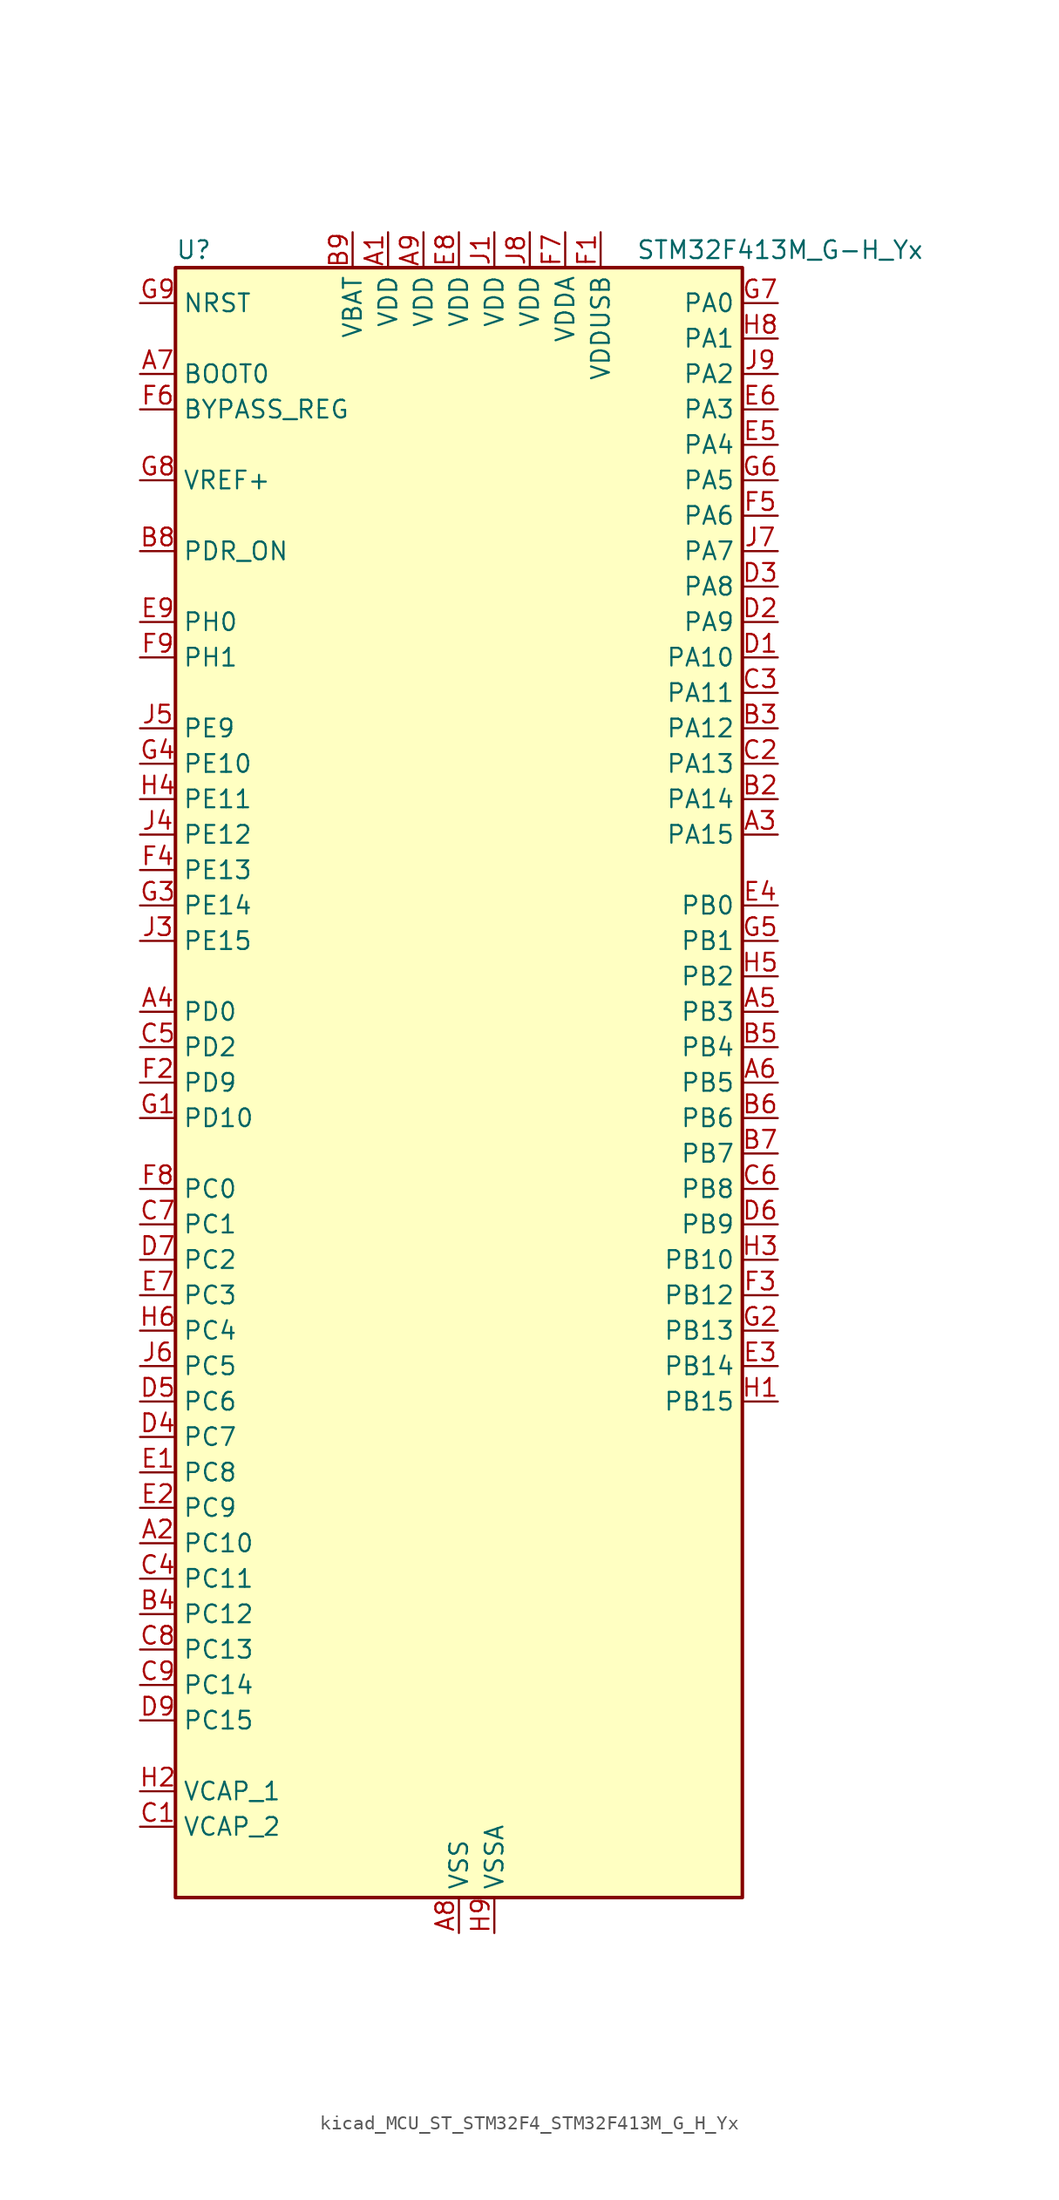
<source format=kicad_sym>
(kicad_symbol_lib
  (version 20220914)
  (generator kicad_symbol_editor)
  (symbol "kicad_MCU_ST_STM32F4_STM32F413M_G_H_Yx"
    (property "Reference" "U"
      (at -20.32 59.69 0)
      (effects (font (size 1.27 1.27)) (justify left)))
    (property "Value" "STM32F413M_G-H_Yx"
      (at 12.7 59.69 0)
      (effects (font (size 1.27 1.27)) (justify left)))
    (property "ki_locked" ""
      (at 0 0 0)
      (effects (font (size 1.27 1.27))))
    (symbol "kicad_MCU_ST_STM32F4_STM32F413M_G_H_Yx_0_1"
      (rectangle (start -20.32 -58.42) (end 20.32 58.42) (stroke (width 0.254) (type default)) (fill (type background))))
    (symbol "kicad_MCU_ST_STM32F4_STM32F413M_G_H_Yx_1_1"
      (pin power_in line (at -5.08 60.96 270) (length 2.54) (name "VDD" (effects (font (size 1.27 1.27)))) (number "A1" (effects (font (size 1.27 1.27)))))
      (pin bidirectional line (at -22.86 -33.02 0) (length 2.54) (name "PC10" (effects (font (size 1.27 1.27)))) (number "A2" (effects (font (size 1.27 1.27)))) (alternate "DFSDM2_CKIN5" bidirectional line) (alternate "I2S3_CK" bidirectional line) (alternate "QUADSPI_BK1_IO1" bidirectional line) (alternate "SDIO_D2" bidirectional line) (alternate "SPI3_SCK" bidirectional line) (alternate "USART3_TX" bidirectional line))
      (pin bidirectional line (at 22.86 17.78 180) (length 2.54) (name "PA15" (effects (font (size 1.27 1.27)))) (number "A3" (effects (font (size 1.27 1.27)))) (alternate "ADC1_EXTI15" bidirectional line) (alternate "CAN3_TX" bidirectional line) (alternate "I2S1_WS" bidirectional line) (alternate "I2S3_WS" bidirectional line) (alternate "SAI1_MCLK_A" bidirectional line) (alternate "SPI1_NSS" bidirectional line) (alternate "SPI3_NSS" bidirectional line) (alternate "SYS_JTDI" bidirectional line) (alternate "TIM2_CH1" bidirectional line) (alternate "TIM2_ETR" bidirectional line) (alternate "UART7_TX" bidirectional line) (alternate "USART1_TX" bidirectional line))
      (pin bidirectional line (at -22.86 5.08 0) (length 2.54) (name "PD0" (effects (font (size 1.27 1.27)))) (number "A4" (effects (font (size 1.27 1.27)))) (alternate "CAN1_RX" bidirectional line) (alternate "DFSDM2_CKIN6" bidirectional line) (alternate "FSMC_D2" bidirectional line) (alternate "FSMC_DA2" bidirectional line) (alternate "UART4_RX" bidirectional line))
      (pin bidirectional line (at 22.86 5.08 180) (length 2.54) (name "PB3" (effects (font (size 1.27 1.27)))) (number "A5" (effects (font (size 1.27 1.27)))) (alternate "CAN3_RX" bidirectional line) (alternate "FMPI2C1_SDA" bidirectional line) (alternate "I2C2_SDA" bidirectional line) (alternate "I2S1_CK" bidirectional line) (alternate "I2S3_CK" bidirectional line) (alternate "SAI1_SD_A" bidirectional line) (alternate "SPI1_SCK" bidirectional line) (alternate "SPI3_SCK" bidirectional line) (alternate "SYS_JTDO-SWO" bidirectional line) (alternate "TIM2_CH2" bidirectional line) (alternate "UART7_RX" bidirectional line) (alternate "USART1_RX" bidirectional line))
      (pin bidirectional line (at 22.86 0 180) (length 2.54) (name "PB5" (effects (font (size 1.27 1.27)))) (number "A6" (effects (font (size 1.27 1.27)))) (alternate "CAN2_RX" bidirectional line) (alternate "I2C1_SMBA" bidirectional line) (alternate "I2S1_SD" bidirectional line) (alternate "I2S3_SD" bidirectional line) (alternate "LPTIM1_IN1" bidirectional line) (alternate "SAI1_FS_A" bidirectional line) (alternate "SDIO_D3" bidirectional line) (alternate "SPI1_MOSI" bidirectional line) (alternate "SPI3_MOSI" bidirectional line) (alternate "TIM3_CH2" bidirectional line) (alternate "UART5_RX" bidirectional line))
      (pin input line (at -22.86 50.8 0) (length 2.54) (name "BOOT0" (effects (font (size 1.27 1.27)))) (number "A7" (effects (font (size 1.27 1.27)))))
      (pin power_in line (at 0 -60.96 90) (length 2.54) (name "VSS" (effects (font (size 1.27 1.27)))) (number "A8" (effects (font (size 1.27 1.27)))))
      (pin power_in line (at -2.54 60.96 270) (length 2.54) (name "VDD" (effects (font (size 1.27 1.27)))) (number "A9" (effects (font (size 1.27 1.27)))))
      (pin passive line (at 0 -60.96 90) (length 2.54) hide (name "VSS" (effects (font (size 1.27 1.27)))) (number "B1" (effects (font (size 1.27 1.27)))))
      (pin bidirectional line (at 22.86 20.32 180) (length 2.54) (name "PA14" (effects (font (size 1.27 1.27)))) (number "B2" (effects (font (size 1.27 1.27)))) (alternate "SYS_JTCK-SWCLK" bidirectional line))
      (pin bidirectional line (at 22.86 25.4 180) (length 2.54) (name "PA12" (effects (font (size 1.27 1.27)))) (number "B3" (effects (font (size 1.27 1.27)))) (alternate "CAN1_TX" bidirectional line) (alternate "DFSDM2_DATIN5" bidirectional line) (alternate "SPI2_MISO" bidirectional line) (alternate "SPI5_MISO" bidirectional line) (alternate "TIM1_ETR" bidirectional line) (alternate "UART4_TX" bidirectional line) (alternate "USART1_RTS" bidirectional line) (alternate "USART6_RX" bidirectional line) (alternate "USB_OTG_FS_DP" bidirectional line))
      (pin bidirectional line (at -22.86 -38.1 0) (length 2.54) (name "PC12" (effects (font (size 1.27 1.27)))) (number "B4" (effects (font (size 1.27 1.27)))) (alternate "FSMC_D3" bidirectional line) (alternate "FSMC_DA3" bidirectional line) (alternate "I2S3_SD" bidirectional line) (alternate "SDIO_CK" bidirectional line) (alternate "SPI3_MOSI" bidirectional line) (alternate "UART5_TX" bidirectional line) (alternate "USART3_CK" bidirectional line))
      (pin bidirectional line (at 22.86 2.54 180) (length 2.54) (name "PB4" (effects (font (size 1.27 1.27)))) (number "B5" (effects (font (size 1.27 1.27)))) (alternate "CAN3_TX" bidirectional line) (alternate "I2C3_SDA" bidirectional line) (alternate "I2S3_ext_SD" bidirectional line) (alternate "SAI1_SCK_A" bidirectional line) (alternate "SDIO_D0" bidirectional line) (alternate "SPI1_MISO" bidirectional line) (alternate "SPI3_MISO" bidirectional line) (alternate "SYS_JTRST" bidirectional line) (alternate "TIM3_CH1" bidirectional line) (alternate "UART7_TX" bidirectional line))
      (pin bidirectional line (at 22.86 -2.54 180) (length 2.54) (name "PB6" (effects (font (size 1.27 1.27)))) (number "B6" (effects (font (size 1.27 1.27)))) (alternate "CAN2_TX" bidirectional line) (alternate "DFSDM2_CKIN7" bidirectional line) (alternate "I2C1_SCL" bidirectional line) (alternate "LPTIM1_ETR" bidirectional line) (alternate "QUADSPI_BK1_NCS" bidirectional line) (alternate "SDIO_D0" bidirectional line) (alternate "TIM4_CH1" bidirectional line) (alternate "UART5_TX" bidirectional line) (alternate "USART1_TX" bidirectional line))
      (pin bidirectional line (at 22.86 -5.08 180) (length 2.54) (name "PB7" (effects (font (size 1.27 1.27)))) (number "B7" (effects (font (size 1.27 1.27)))) (alternate "DFSDM2_DATIN7" bidirectional line) (alternate "FSMC_NL" bidirectional line) (alternate "I2C1_SDA" bidirectional line) (alternate "LPTIM1_IN2" bidirectional line) (alternate "TIM4_CH2" bidirectional line) (alternate "USART1_RX" bidirectional line))
      (pin input line (at -22.86 38.1 0) (length 2.54) (name "PDR_ON" (effects (font (size 1.27 1.27)))) (number "B8" (effects (font (size 1.27 1.27)))))
      (pin power_in line (at -7.62 60.96 270) (length 2.54) (name "VBAT" (effects (font (size 1.27 1.27)))) (number "B9" (effects (font (size 1.27 1.27)))))
      (pin power_out line (at -22.86 -53.34 0) (length 2.54) (name "VCAP_2" (effects (font (size 1.27 1.27)))) (number "C1" (effects (font (size 1.27 1.27)))))
      (pin bidirectional line (at 22.86 22.86 180) (length 2.54) (name "PA13" (effects (font (size 1.27 1.27)))) (number "C2" (effects (font (size 1.27 1.27)))) (alternate "SYS_JTMS-SWDIO" bidirectional line))
      (pin bidirectional line (at 22.86 27.94 180) (length 2.54) (name "PA11" (effects (font (size 1.27 1.27)))) (number "C3" (effects (font (size 1.27 1.27)))) (alternate "ADC1_EXTI11" bidirectional line) (alternate "CAN1_RX" bidirectional line) (alternate "DFSDM2_CKIN5" bidirectional line) (alternate "I2S2_WS" bidirectional line) (alternate "SPI2_NSS" bidirectional line) (alternate "SPI4_MISO" bidirectional line) (alternate "TIM1_CH4" bidirectional line) (alternate "UART4_RX" bidirectional line) (alternate "USART1_CTS" bidirectional line) (alternate "USART6_TX" bidirectional line) (alternate "USB_OTG_FS_DM" bidirectional line))
      (pin bidirectional line (at -22.86 -35.56 0) (length 2.54) (name "PC11" (effects (font (size 1.27 1.27)))) (number "C4" (effects (font (size 1.27 1.27)))) (alternate "ADC1_EXTI11" bidirectional line) (alternate "DFSDM2_DATIN5" bidirectional line) (alternate "FSMC_D2" bidirectional line) (alternate "FSMC_DA2" bidirectional line) (alternate "I2S3_ext_SD" bidirectional line) (alternate "QUADSPI_BK2_NCS" bidirectional line) (alternate "SDIO_D3" bidirectional line) (alternate "SPI3_MISO" bidirectional line) (alternate "UART4_RX" bidirectional line) (alternate "USART3_RX" bidirectional line))
      (pin bidirectional line (at -22.86 2.54 0) (length 2.54) (name "PD2" (effects (font (size 1.27 1.27)))) (number "C5" (effects (font (size 1.27 1.27)))) (alternate "DFSDM2_CKOUT" bidirectional line) (alternate "FSMC_NWE" bidirectional line) (alternate "SDIO_CMD" bidirectional line) (alternate "TIM3_ETR" bidirectional line) (alternate "UART5_RX" bidirectional line))
      (pin bidirectional line (at 22.86 -7.62 180) (length 2.54) (name "PB8" (effects (font (size 1.27 1.27)))) (number "C6" (effects (font (size 1.27 1.27)))) (alternate "CAN1_RX" bidirectional line) (alternate "DFSDM2_CKIN1" bidirectional line) (alternate "I2C1_SCL" bidirectional line) (alternate "I2C3_SDA" bidirectional line) (alternate "I2S5_SD" bidirectional line) (alternate "LPTIM1_OUT" bidirectional line) (alternate "SDIO_D4" bidirectional line) (alternate "SPI5_MOSI" bidirectional line) (alternate "TIM10_CH1" bidirectional line) (alternate "TIM4_CH3" bidirectional line) (alternate "UART5_RX" bidirectional line))
      (pin bidirectional line (at -22.86 -10.16 0) (length 2.54) (name "PC1" (effects (font (size 1.27 1.27)))) (number "C7" (effects (font (size 1.27 1.27)))) (alternate "ADC1_IN11" bidirectional line) (alternate "DFSDM2_DATIN4" bidirectional line) (alternate "LPTIM1_OUT" bidirectional line) (alternate "SAI1_SD_B" bidirectional line) (alternate "SYS_WKUP3" bidirectional line))
      (pin bidirectional line (at -22.86 -40.64 0) (length 2.54) (name "PC13" (effects (font (size 1.27 1.27)))) (number "C8" (effects (font (size 1.27 1.27)))) (alternate "RTC_AF1" bidirectional line))
      (pin bidirectional line (at -22.86 -43.18 0) (length 2.54) (name "PC14" (effects (font (size 1.27 1.27)))) (number "C9" (effects (font (size 1.27 1.27)))) (alternate "RCC_OSC32_IN" bidirectional line))
      (pin bidirectional line (at 22.86 30.48 180) (length 2.54) (name "PA10" (effects (font (size 1.27 1.27)))) (number "D1" (effects (font (size 1.27 1.27)))) (alternate "DFSDM2_DATIN3" bidirectional line) (alternate "I2S2_SD" bidirectional line) (alternate "I2S5_SD" bidirectional line) (alternate "SPI2_MOSI" bidirectional line) (alternate "SPI5_MOSI" bidirectional line) (alternate "TIM1_CH3" bidirectional line) (alternate "USART1_RX" bidirectional line) (alternate "USB_OTG_FS_ID" bidirectional line))
      (pin bidirectional line (at 22.86 33.02 180) (length 2.54) (name "PA9" (effects (font (size 1.27 1.27)))) (number "D2" (effects (font (size 1.27 1.27)))) (alternate "DAC_EXTI9" bidirectional line) (alternate "DFSDM2_CKIN3" bidirectional line) (alternate "I2C3_SMBA" bidirectional line) (alternate "I2S2_CK" bidirectional line) (alternate "SDIO_D2" bidirectional line) (alternate "SPI2_SCK" bidirectional line) (alternate "TIM1_CH2" bidirectional line) (alternate "USART1_TX" bidirectional line) (alternate "USB_OTG_FS_VBUS" bidirectional line))
      (pin bidirectional line (at 22.86 35.56 180) (length 2.54) (name "PA8" (effects (font (size 1.27 1.27)))) (number "D3" (effects (font (size 1.27 1.27)))) (alternate "CAN3_RX" bidirectional line) (alternate "DFSDM1_CKOUT" bidirectional line) (alternate "I2C3_SCL" bidirectional line) (alternate "RCC_MCO_1" bidirectional line) (alternate "SDIO_D1" bidirectional line) (alternate "TIM1_CH1" bidirectional line) (alternate "UART7_RX" bidirectional line) (alternate "USART1_CK" bidirectional line) (alternate "USB_OTG_FS_SOF" bidirectional line))
      (pin bidirectional line (at -22.86 -25.4 0) (length 2.54) (name "PC7" (effects (font (size 1.27 1.27)))) (number "D4" (effects (font (size 1.27 1.27)))) (alternate "DFSDM1_DATIN3" bidirectional line) (alternate "DFSDM2_CKIN6" bidirectional line) (alternate "FMPI2C1_SDA" bidirectional line) (alternate "I2S2_CK" bidirectional line) (alternate "I2S3_MCK" bidirectional line) (alternate "SDIO_D7" bidirectional line) (alternate "SPI2_SCK" bidirectional line) (alternate "TIM3_CH2" bidirectional line) (alternate "TIM8_CH2" bidirectional line) (alternate "USART6_RX" bidirectional line))
      (pin bidirectional line (at -22.86 -22.86 0) (length 2.54) (name "PC6" (effects (font (size 1.27 1.27)))) (number "D5" (effects (font (size 1.27 1.27)))) (alternate "DFSDM1_CKIN3" bidirectional line) (alternate "DFSDM2_DATIN6" bidirectional line) (alternate "FMPI2C1_SCL" bidirectional line) (alternate "FSMC_D1" bidirectional line) (alternate "FSMC_DA1" bidirectional line) (alternate "I2S2_MCK" bidirectional line) (alternate "SDIO_D6" bidirectional line) (alternate "TIM3_CH1" bidirectional line) (alternate "TIM8_CH1" bidirectional line) (alternate "USART6_TX" bidirectional line))
      (pin bidirectional line (at 22.86 -10.16 180) (length 2.54) (name "PB9" (effects (font (size 1.27 1.27)))) (number "D6" (effects (font (size 1.27 1.27)))) (alternate "CAN1_TX" bidirectional line) (alternate "DAC_EXTI9" bidirectional line) (alternate "DFSDM2_DATIN1" bidirectional line) (alternate "I2C1_SDA" bidirectional line) (alternate "I2C2_SDA" bidirectional line) (alternate "I2S2_WS" bidirectional line) (alternate "SDIO_D5" bidirectional line) (alternate "SPI2_NSS" bidirectional line) (alternate "TIM11_CH1" bidirectional line) (alternate "TIM4_CH4" bidirectional line) (alternate "UART5_TX" bidirectional line))
      (pin bidirectional line (at -22.86 -12.7 0) (length 2.54) (name "PC2" (effects (font (size 1.27 1.27)))) (number "D7" (effects (font (size 1.27 1.27)))) (alternate "ADC1_IN12" bidirectional line) (alternate "DFSDM1_CKOUT" bidirectional line) (alternate "DFSDM2_DATIN7" bidirectional line) (alternate "FSMC_NWE" bidirectional line) (alternate "I2S2_ext_SD" bidirectional line) (alternate "LPTIM1_IN2" bidirectional line) (alternate "SAI1_SCK_B" bidirectional line) (alternate "SPI2_MISO" bidirectional line))
      (pin passive line (at 0 -60.96 90) (length 2.54) hide (name "VSS" (effects (font (size 1.27 1.27)))) (number "D8" (effects (font (size 1.27 1.27)))))
      (pin bidirectional line (at -22.86 -45.72 0) (length 2.54) (name "PC15" (effects (font (size 1.27 1.27)))) (number "D9" (effects (font (size 1.27 1.27)))) (alternate "ADC1_EXTI15" bidirectional line) (alternate "RCC_OSC32_OUT" bidirectional line))
      (pin bidirectional line (at -22.86 -27.94 0) (length 2.54) (name "PC8" (effects (font (size 1.27 1.27)))) (number "E1" (effects (font (size 1.27 1.27)))) (alternate "DFSDM2_CKIN3" bidirectional line) (alternate "QUADSPI_BK1_IO2" bidirectional line) (alternate "SDIO_D0" bidirectional line) (alternate "TIM3_CH3" bidirectional line) (alternate "TIM8_CH3" bidirectional line) (alternate "USART6_CK" bidirectional line))
      (pin bidirectional line (at -22.86 -30.48 0) (length 2.54) (name "PC9" (effects (font (size 1.27 1.27)))) (number "E2" (effects (font (size 1.27 1.27)))) (alternate "DAC_EXTI9" bidirectional line) (alternate "DFSDM2_DATIN3" bidirectional line) (alternate "I2C3_SDA" bidirectional line) (alternate "I2S_CKIN" bidirectional line) (alternate "QUADSPI_BK1_IO0" bidirectional line) (alternate "RCC_MCO_2" bidirectional line) (alternate "SDIO_D1" bidirectional line) (alternate "TIM3_CH4" bidirectional line) (alternate "TIM8_CH4" bidirectional line))
      (pin bidirectional line (at 22.86 -20.32 180) (length 2.54) (name "PB14" (effects (font (size 1.27 1.27)))) (number "E3" (effects (font (size 1.27 1.27)))) (alternate "DFSDM1_DATIN2" bidirectional line) (alternate "FMPI2C1_SDA" bidirectional line) (alternate "FSMC_D0" bidirectional line) (alternate "FSMC_DA0" bidirectional line) (alternate "I2S2_ext_SD" bidirectional line) (alternate "SDIO_D6" bidirectional line) (alternate "SPI2_MISO" bidirectional line) (alternate "TIM12_CH1" bidirectional line) (alternate "TIM1_CH2N" bidirectional line) (alternate "TIM8_CH2N" bidirectional line) (alternate "USART3_RTS" bidirectional line))
      (pin bidirectional line (at 22.86 12.7 180) (length 2.54) (name "PB0" (effects (font (size 1.27 1.27)))) (number "E4" (effects (font (size 1.27 1.27)))) (alternate "ADC1_IN8" bidirectional line) (alternate "I2S5_CK" bidirectional line) (alternate "SPI5_SCK" bidirectional line) (alternate "TIM1_CH2N" bidirectional line) (alternate "TIM3_CH3" bidirectional line) (alternate "TIM8_CH2N" bidirectional line))
      (pin bidirectional line (at 22.86 45.72 180) (length 2.54) (name "PA4" (effects (font (size 1.27 1.27)))) (number "E5" (effects (font (size 1.27 1.27)))) (alternate "ADC1_IN4" bidirectional line) (alternate "DAC_OUT1" bidirectional line) (alternate "DFSDM1_DATIN1" bidirectional line) (alternate "FSMC_D6" bidirectional line) (alternate "FSMC_DA6" bidirectional line) (alternate "I2S1_WS" bidirectional line) (alternate "I2S3_WS" bidirectional line) (alternate "SPI1_NSS" bidirectional line) (alternate "SPI3_NSS" bidirectional line) (alternate "USART2_CK" bidirectional line))
      (pin bidirectional line (at 22.86 48.26 180) (length 2.54) (name "PA3" (effects (font (size 1.27 1.27)))) (number "E6" (effects (font (size 1.27 1.27)))) (alternate "ADC1_IN3" bidirectional line) (alternate "FSMC_D5" bidirectional line) (alternate "FSMC_DA5" bidirectional line) (alternate "I2S2_MCK" bidirectional line) (alternate "SAI1_SD_B" bidirectional line) (alternate "TIM2_CH4" bidirectional line) (alternate "TIM5_CH4" bidirectional line) (alternate "TIM9_CH2" bidirectional line) (alternate "USART2_RX" bidirectional line))
      (pin bidirectional line (at -22.86 -15.24 0) (length 2.54) (name "PC3" (effects (font (size 1.27 1.27)))) (number "E7" (effects (font (size 1.27 1.27)))) (alternate "ADC1_IN13" bidirectional line) (alternate "DFSDM2_CKIN7" bidirectional line) (alternate "FSMC_A0" bidirectional line) (alternate "I2S2_SD" bidirectional line) (alternate "LPTIM1_ETR" bidirectional line) (alternate "SAI1_FS_B" bidirectional line) (alternate "SPI2_MOSI" bidirectional line))
      (pin power_in line (at 0 60.96 270) (length 2.54) (name "VDD" (effects (font (size 1.27 1.27)))) (number "E8" (effects (font (size 1.27 1.27)))))
      (pin bidirectional line (at -22.86 33.02 0) (length 2.54) (name "PH0" (effects (font (size 1.27 1.27)))) (number "E9" (effects (font (size 1.27 1.27)))) (alternate "RCC_OSC_IN" bidirectional line))
      (pin power_in line (at 10.16 60.96 270) (length 2.54) (name "VDDUSB" (effects (font (size 1.27 1.27)))) (number "F1" (effects (font (size 1.27 1.27)))))
      (pin bidirectional line (at -22.86 0 0) (length 2.54) (name "PD9" (effects (font (size 1.27 1.27)))) (number "F2" (effects (font (size 1.27 1.27)))) (alternate "DAC_EXTI9" bidirectional line) (alternate "FSMC_D14" bidirectional line) (alternate "FSMC_DA14" bidirectional line) (alternate "USART3_RX" bidirectional line))
      (pin bidirectional line (at 22.86 -15.24 180) (length 2.54) (name "PB12" (effects (font (size 1.27 1.27)))) (number "F3" (effects (font (size 1.27 1.27)))) (alternate "CAN2_RX" bidirectional line) (alternate "DFSDM1_DATIN1" bidirectional line) (alternate "FSMC_D13" bidirectional line) (alternate "FSMC_DA13" bidirectional line) (alternate "I2C2_SMBA" bidirectional line) (alternate "I2S2_WS" bidirectional line) (alternate "I2S3_CK" bidirectional line) (alternate "I2S4_WS" bidirectional line) (alternate "SPI2_NSS" bidirectional line) (alternate "SPI3_SCK" bidirectional line) (alternate "SPI4_NSS" bidirectional line) (alternate "TIM1_BKIN" bidirectional line) (alternate "UART5_RX" bidirectional line) (alternate "USART3_CK" bidirectional line))
      (pin bidirectional line (at -22.86 15.24 0) (length 2.54) (name "PE13" (effects (font (size 1.27 1.27)))) (number "F4" (effects (font (size 1.27 1.27)))) (alternate "DFSDM2_CKIN7" bidirectional line) (alternate "FSMC_D10" bidirectional line) (alternate "FSMC_DA10" bidirectional line) (alternate "SPI4_MISO" bidirectional line) (alternate "SPI5_MISO" bidirectional line) (alternate "TIM1_CH3" bidirectional line))
      (pin bidirectional line (at 22.86 40.64 180) (length 2.54) (name "PA6" (effects (font (size 1.27 1.27)))) (number "F5" (effects (font (size 1.27 1.27)))) (alternate "ADC1_IN6" bidirectional line) (alternate "DFSDM2_CKIN1" bidirectional line) (alternate "I2S2_MCK" bidirectional line) (alternate "QUADSPI_BK2_IO0" bidirectional line) (alternate "SDIO_CMD" bidirectional line) (alternate "SPI1_MISO" bidirectional line) (alternate "TIM13_CH1" bidirectional line) (alternate "TIM1_BKIN" bidirectional line) (alternate "TIM3_CH1" bidirectional line) (alternate "TIM8_BKIN" bidirectional line))
      (pin input line (at -22.86 48.26 0) (length 2.54) (name "BYPASS_REG" (effects (font (size 1.27 1.27)))) (number "F6" (effects (font (size 1.27 1.27)))))
      (pin power_in line (at 7.62 60.96 270) (length 2.54) (name "VDDA" (effects (font (size 1.27 1.27)))) (number "F7" (effects (font (size 1.27 1.27)))))
      (pin bidirectional line (at -22.86 -7.62 0) (length 2.54) (name "PC0" (effects (font (size 1.27 1.27)))) (number "F8" (effects (font (size 1.27 1.27)))) (alternate "ADC1_IN10" bidirectional line) (alternate "DFSDM2_CKIN4" bidirectional line) (alternate "LPTIM1_IN1" bidirectional line) (alternate "SAI1_MCLK_B" bidirectional line) (alternate "SYS_WKUP2" bidirectional line))
      (pin bidirectional line (at -22.86 30.48 0) (length 2.54) (name "PH1" (effects (font (size 1.27 1.27)))) (number "F9" (effects (font (size 1.27 1.27)))) (alternate "RCC_OSC_OUT" bidirectional line))
      (pin bidirectional line (at -22.86 -2.54 0) (length 2.54) (name "PD10" (effects (font (size 1.27 1.27)))) (number "G1" (effects (font (size 1.27 1.27)))) (alternate "FSMC_D15" bidirectional line) (alternate "FSMC_DA15" bidirectional line) (alternate "UART4_TX" bidirectional line) (alternate "USART3_CK" bidirectional line))
      (pin bidirectional line (at 22.86 -17.78 180) (length 2.54) (name "PB13" (effects (font (size 1.27 1.27)))) (number "G2" (effects (font (size 1.27 1.27)))) (alternate "CAN2_TX" bidirectional line) (alternate "DFSDM1_CKIN1" bidirectional line) (alternate "FMPI2C1_SMBA" bidirectional line) (alternate "I2S2_CK" bidirectional line) (alternate "I2S4_CK" bidirectional line) (alternate "SPI2_SCK" bidirectional line) (alternate "SPI4_SCK" bidirectional line) (alternate "TIM1_CH1N" bidirectional line) (alternate "UART5_TX" bidirectional line) (alternate "USART3_CTS" bidirectional line))
      (pin bidirectional line (at -22.86 12.7 0) (length 2.54) (name "PE14" (effects (font (size 1.27 1.27)))) (number "G3" (effects (font (size 1.27 1.27)))) (alternate "DFSDM2_DATIN1" bidirectional line) (alternate "FSMC_D11" bidirectional line) (alternate "FSMC_DA11" bidirectional line) (alternate "I2S4_SD" bidirectional line) (alternate "I2S5_SD" bidirectional line) (alternate "SPI4_MOSI" bidirectional line) (alternate "SPI5_MOSI" bidirectional line) (alternate "TIM1_CH4" bidirectional line))
      (pin bidirectional line (at -22.86 22.86 0) (length 2.54) (name "PE10" (effects (font (size 1.27 1.27)))) (number "G4" (effects (font (size 1.27 1.27)))) (alternate "DFSDM2_DATIN0" bidirectional line) (alternate "FSMC_D7" bidirectional line) (alternate "FSMC_DA7" bidirectional line) (alternate "QUADSPI_BK2_IO3" bidirectional line) (alternate "TIM1_CH2N" bidirectional line))
      (pin bidirectional line (at 22.86 10.16 180) (length 2.54) (name "PB1" (effects (font (size 1.27 1.27)))) (number "G5" (effects (font (size 1.27 1.27)))) (alternate "ADC1_IN9" bidirectional line) (alternate "DFSDM1_DATIN0" bidirectional line) (alternate "I2S5_WS" bidirectional line) (alternate "QUADSPI_CLK" bidirectional line) (alternate "SPI5_NSS" bidirectional line) (alternate "TIM1_CH3N" bidirectional line) (alternate "TIM3_CH4" bidirectional line) (alternate "TIM8_CH3N" bidirectional line))
      (pin bidirectional line (at 22.86 43.18 180) (length 2.54) (name "PA5" (effects (font (size 1.27 1.27)))) (number "G6" (effects (font (size 1.27 1.27)))) (alternate "ADC1_IN5" bidirectional line) (alternate "DAC_OUT2" bidirectional line) (alternate "DFSDM1_CKIN1" bidirectional line) (alternate "FSMC_D7" bidirectional line) (alternate "FSMC_DA7" bidirectional line) (alternate "I2S1_CK" bidirectional line) (alternate "SPI1_SCK" bidirectional line) (alternate "TIM2_CH1" bidirectional line) (alternate "TIM2_ETR" bidirectional line) (alternate "TIM8_CH1N" bidirectional line))
      (pin bidirectional line (at 22.86 55.88 180) (length 2.54) (name "PA0" (effects (font (size 1.27 1.27)))) (number "G7" (effects (font (size 1.27 1.27)))) (alternate "ADC1_IN0" bidirectional line) (alternate "SYS_WKUP1" bidirectional line) (alternate "TIM2_CH1" bidirectional line) (alternate "TIM2_ETR" bidirectional line) (alternate "TIM5_CH1" bidirectional line) (alternate "TIM8_ETR" bidirectional line) (alternate "UART4_TX" bidirectional line) (alternate "USART2_CTS" bidirectional line))
      (pin input line (at -22.86 43.18 0) (length 2.54) (name "VREF+" (effects (font (size 1.27 1.27)))) (number "G8" (effects (font (size 1.27 1.27)))))
      (pin input line (at -22.86 55.88 0) (length 2.54) (name "NRST" (effects (font (size 1.27 1.27)))) (number "G9" (effects (font (size 1.27 1.27)))))
      (pin bidirectional line (at 22.86 -22.86 180) (length 2.54) (name "PB15" (effects (font (size 1.27 1.27)))) (number "H1" (effects (font (size 1.27 1.27)))) (alternate "ADC1_EXTI15" bidirectional line) (alternate "DFSDM1_CKIN2" bidirectional line) (alternate "FMPI2C1_SCL" bidirectional line) (alternate "I2S2_SD" bidirectional line) (alternate "RTC_REFIN" bidirectional line) (alternate "SDIO_CK" bidirectional line) (alternate "SPI2_MOSI" bidirectional line) (alternate "TIM12_CH2" bidirectional line) (alternate "TIM1_CH3N" bidirectional line) (alternate "TIM8_CH3N" bidirectional line))
      (pin power_out line (at -22.86 -50.8 0) (length 2.54) (name "VCAP_1" (effects (font (size 1.27 1.27)))) (number "H2" (effects (font (size 1.27 1.27)))))
      (pin bidirectional line (at 22.86 -12.7 180) (length 2.54) (name "PB10" (effects (font (size 1.27 1.27)))) (number "H3" (effects (font (size 1.27 1.27)))) (alternate "DFSDM2_CKOUT" bidirectional line) (alternate "FMPI2C1_SCL" bidirectional line) (alternate "I2C2_SCL" bidirectional line) (alternate "I2S2_CK" bidirectional line) (alternate "I2S3_MCK" bidirectional line) (alternate "SDIO_D7" bidirectional line) (alternate "SPI2_SCK" bidirectional line) (alternate "TIM2_CH3" bidirectional line) (alternate "USART3_TX" bidirectional line))
      (pin bidirectional line (at -22.86 20.32 0) (length 2.54) (name "PE11" (effects (font (size 1.27 1.27)))) (number "H4" (effects (font (size 1.27 1.27)))) (alternate "ADC1_EXTI11" bidirectional line) (alternate "DFSDM2_CKIN0" bidirectional line) (alternate "FSMC_D8" bidirectional line) (alternate "FSMC_DA8" bidirectional line) (alternate "I2S4_WS" bidirectional line) (alternate "I2S5_WS" bidirectional line) (alternate "SPI4_NSS" bidirectional line) (alternate "SPI5_NSS" bidirectional line) (alternate "TIM1_CH2" bidirectional line))
      (pin bidirectional line (at 22.86 7.62 180) (length 2.54) (name "PB2" (effects (font (size 1.27 1.27)))) (number "H5" (effects (font (size 1.27 1.27)))) (alternate "DFSDM1_CKIN0" bidirectional line) (alternate "LPTIM1_OUT" bidirectional line) (alternate "QUADSPI_CLK" bidirectional line))
      (pin bidirectional line (at -22.86 -17.78 0) (length 2.54) (name "PC4" (effects (font (size 1.27 1.27)))) (number "H6" (effects (font (size 1.27 1.27)))) (alternate "ADC1_IN14" bidirectional line) (alternate "DFSDM2_CKIN2" bidirectional line) (alternate "FSMC_NE4" bidirectional line) (alternate "I2S1_MCK" bidirectional line) (alternate "QUADSPI_BK2_IO2" bidirectional line))
      (pin passive line (at 0 -60.96 90) (length 2.54) hide (name "VSS" (effects (font (size 1.27 1.27)))) (number "H7" (effects (font (size 1.27 1.27)))))
      (pin bidirectional line (at 22.86 53.34 180) (length 2.54) (name "PA1" (effects (font (size 1.27 1.27)))) (number "H8" (effects (font (size 1.27 1.27)))) (alternate "ADC1_IN1" bidirectional line) (alternate "I2S4_SD" bidirectional line) (alternate "QUADSPI_BK1_IO3" bidirectional line) (alternate "SPI4_MOSI" bidirectional line) (alternate "TIM2_CH2" bidirectional line) (alternate "TIM5_CH2" bidirectional line) (alternate "UART4_RX" bidirectional line) (alternate "USART2_RTS" bidirectional line))
      (pin power_in line (at 2.54 -60.96 90) (length 2.54) (name "VSSA" (effects (font (size 1.27 1.27)))) (number "H9" (effects (font (size 1.27 1.27)))))
      (pin power_in line (at 2.54 60.96 270) (length 2.54) (name "VDD" (effects (font (size 1.27 1.27)))) (number "J1" (effects (font (size 1.27 1.27)))))
      (pin passive line (at 0 -60.96 90) (length 2.54) hide (name "VSS" (effects (font (size 1.27 1.27)))) (number "J2" (effects (font (size 1.27 1.27)))))
      (pin bidirectional line (at -22.86 10.16 0) (length 2.54) (name "PE15" (effects (font (size 1.27 1.27)))) (number "J3" (effects (font (size 1.27 1.27)))) (alternate "ADC1_EXTI15" bidirectional line) (alternate "DFSDM2_CKIN1" bidirectional line) (alternate "FSMC_D12" bidirectional line) (alternate "FSMC_DA12" bidirectional line) (alternate "TIM1_BKIN" bidirectional line))
      (pin bidirectional line (at -22.86 17.78 0) (length 2.54) (name "PE12" (effects (font (size 1.27 1.27)))) (number "J4" (effects (font (size 1.27 1.27)))) (alternate "DFSDM2_DATIN7" bidirectional line) (alternate "FSMC_D9" bidirectional line) (alternate "FSMC_DA9" bidirectional line) (alternate "I2S4_CK" bidirectional line) (alternate "I2S5_CK" bidirectional line) (alternate "SPI4_SCK" bidirectional line) (alternate "SPI5_SCK" bidirectional line) (alternate "TIM1_CH3N" bidirectional line))
      (pin bidirectional line (at -22.86 25.4 0) (length 2.54) (name "PE9" (effects (font (size 1.27 1.27)))) (number "J5" (effects (font (size 1.27 1.27)))) (alternate "DAC_EXTI9" bidirectional line) (alternate "DFSDM1_CKOUT" bidirectional line) (alternate "FSMC_D6" bidirectional line) (alternate "FSMC_DA6" bidirectional line) (alternate "QUADSPI_BK2_IO2" bidirectional line) (alternate "TIM1_CH1" bidirectional line))
      (pin bidirectional line (at -22.86 -20.32 0) (length 2.54) (name "PC5" (effects (font (size 1.27 1.27)))) (number "J6" (effects (font (size 1.27 1.27)))) (alternate "ADC1_IN15" bidirectional line) (alternate "DFSDM2_DATIN2" bidirectional line) (alternate "FMPI2C1_SMBA" bidirectional line) (alternate "FSMC_NOE" bidirectional line) (alternate "QUADSPI_BK2_IO3" bidirectional line) (alternate "USART3_RX" bidirectional line))
      (pin bidirectional line (at 22.86 38.1 180) (length 2.54) (name "PA7" (effects (font (size 1.27 1.27)))) (number "J7" (effects (font (size 1.27 1.27)))) (alternate "ADC1_IN7" bidirectional line) (alternate "DFSDM2_DATIN1" bidirectional line) (alternate "I2S1_SD" bidirectional line) (alternate "QUADSPI_BK2_IO1" bidirectional line) (alternate "SPI1_MOSI" bidirectional line) (alternate "TIM14_CH1" bidirectional line) (alternate "TIM1_CH1N" bidirectional line) (alternate "TIM3_CH2" bidirectional line) (alternate "TIM8_CH1N" bidirectional line))
      (pin power_in line (at 5.08 60.96 270) (length 2.54) (name "VDD" (effects (font (size 1.27 1.27)))) (number "J8" (effects (font (size 1.27 1.27)))))
      (pin bidirectional line (at 22.86 50.8 180) (length 2.54) (name "PA2" (effects (font (size 1.27 1.27)))) (number "J9" (effects (font (size 1.27 1.27)))) (alternate "ADC1_IN2" bidirectional line) (alternate "FSMC_D4" bidirectional line) (alternate "FSMC_DA4" bidirectional line) (alternate "I2S_CKIN" bidirectional line) (alternate "TIM2_CH3" bidirectional line) (alternate "TIM5_CH3" bidirectional line) (alternate "TIM9_CH1" bidirectional line) (alternate "USART2_TX" bidirectional line)))))
</source>
